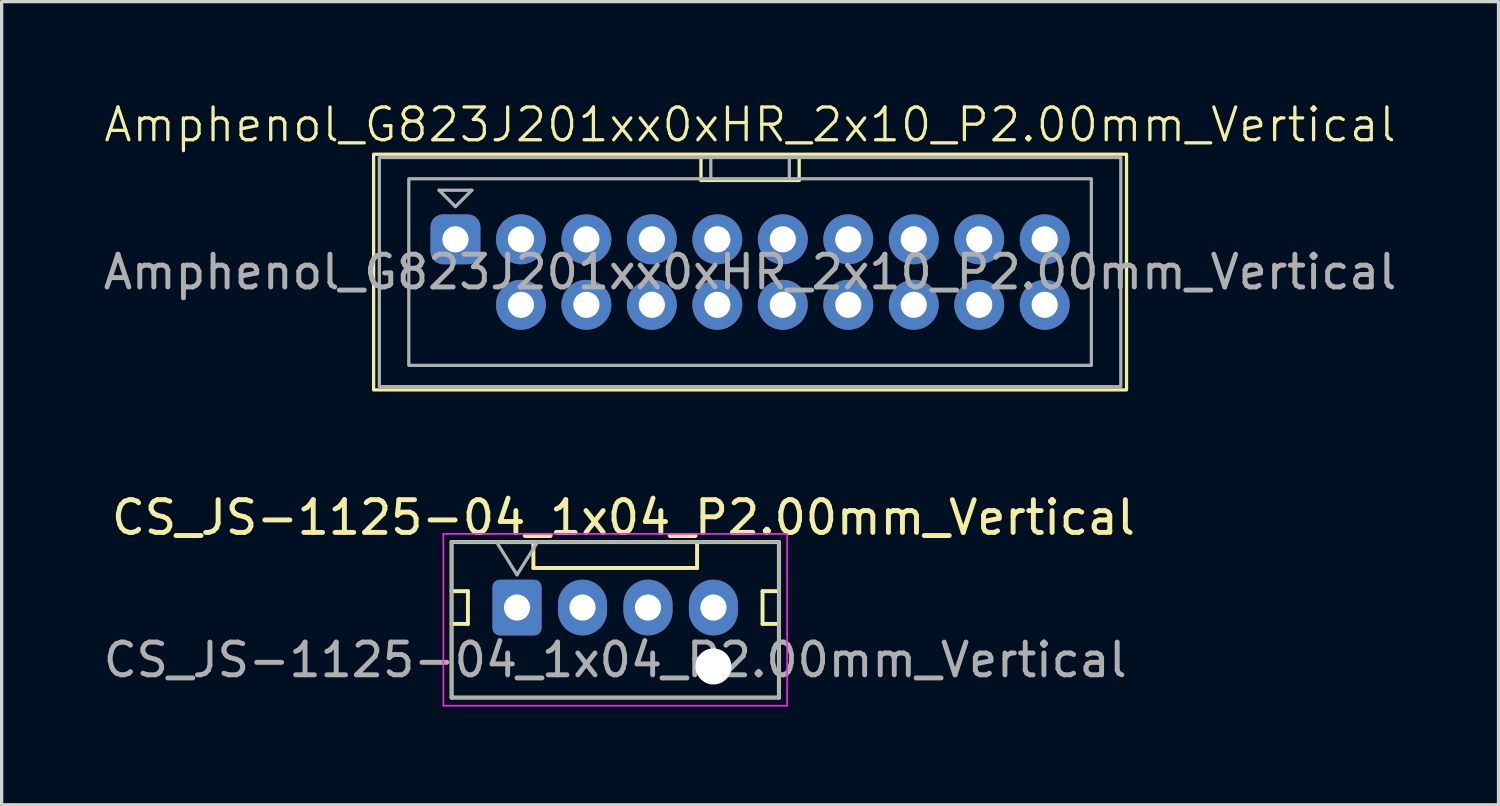
<source format=kicad_pcb>
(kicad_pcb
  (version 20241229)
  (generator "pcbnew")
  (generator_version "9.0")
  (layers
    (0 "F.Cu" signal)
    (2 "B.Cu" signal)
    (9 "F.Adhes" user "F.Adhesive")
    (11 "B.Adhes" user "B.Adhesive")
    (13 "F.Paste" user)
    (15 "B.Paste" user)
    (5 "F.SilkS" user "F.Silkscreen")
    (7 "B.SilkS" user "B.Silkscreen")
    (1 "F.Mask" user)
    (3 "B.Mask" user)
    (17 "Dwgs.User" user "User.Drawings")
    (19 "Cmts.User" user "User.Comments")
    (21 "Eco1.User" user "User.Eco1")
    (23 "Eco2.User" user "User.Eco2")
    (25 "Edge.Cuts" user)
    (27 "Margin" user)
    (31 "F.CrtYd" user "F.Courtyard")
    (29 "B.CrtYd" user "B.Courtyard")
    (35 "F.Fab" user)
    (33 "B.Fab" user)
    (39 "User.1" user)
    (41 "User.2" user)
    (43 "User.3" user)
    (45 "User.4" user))
  (footprint "Amphenol_G823J201xx0xHR_2x10_P2.00mm_Vertical"
    (layer "F.Cu")
    (at 19.863 5.261)
    (property "Reference" "Amphenol_G823J201xx0xHR_2x10_P2.00mm_Vertical" (at 0 -4.5 0) (unlocked yes) (layer "F.SilkS") (effects (font (size 1 1) (thickness 0.1))))
    (attr through_hole)
    (fp_line (start -1.5 -3.5) (end -1.5 -2.8) (stroke (width 0.1) (type default)) (layer "F.SilkS"))
    (fp_line (start -1.5 -2.8) (end 1.5 -2.8) (stroke (width 0.1) (type default)) (layer "F.SilkS"))
    (fp_line (start 1.5 -2.8) (end 1.5 -3.5) (stroke (width 0.1) (type default)) (layer "F.SilkS"))
    (fp_rect (start -11.5 -3.6) (end 11.5 3.6) (stroke (width 0.1) (type default)) (fill no) (layer "F.SilkS"))
    (fp_line (start -9.5 -2.5) (end -8.5 -2.5) (stroke (width 0.1) (type default)) (layer "F.Fab"))
    (fp_line (start -9 -2) (end -9.5 -2.5) (stroke (width 0.1) (type default)) (layer "F.Fab"))
    (fp_line (start -8.5 -2.5) (end -9 -2) (stroke (width 0.1) (type default)) (layer "F.Fab"))
    (fp_line (start -1.2 -3.5) (end -1.2 -2.85) (stroke (width 0.1) (type default)) (layer "F.Fab"))
    (fp_line (start 1.2 -2.85) (end 1.2 -3.5) (stroke (width 0.1) (type default)) (layer "F.Fab"))
    (fp_rect (start -11.325 -3.5) (end 11.325 3.5) (stroke (width 0.1) (type default)) (fill no) (layer "F.Fab"))
    (fp_rect (start -10.425 -2.85) (end 10.425 2.85) (stroke (width 0.1) (type default)) (fill no) (layer "F.Fab"))
    (fp_text user "${REFERENCE}" (at 0 0 0) (unlocked yes) (layer "F.Fab") (effects (font (size 1 1) (thickness 0.15))))
    (pad "1" thru_hole roundrect (at -9 -1) (size 1.524 1.524) (drill 0.8) (layers "*.Cu" "*.Mask") (roundrect_rratio 0.25))
    (pad "2" thru_hole circle (at -7 -1) (size 1.524 1.524) (drill 0.8) (layers "*.Cu" "*.Mask"))
    (pad "3" thru_hole circle (at -5 -1) (size 1.524 1.524) (drill 0.8) (layers "*.Cu" "*.Mask"))
    (pad "4" thru_hole circle (at -3 -1) (size 1.524 1.524) (drill 0.8) (layers "*.Cu" "*.Mask"))
    (pad "5" thru_hole circle (at -1 -1) (size 1.524 1.524) (drill 0.8) (layers "*.Cu" "*.Mask"))
    (pad "6" thru_hole circle (at 1 -1) (size 1.524 1.524) (drill 0.8) (layers "*.Cu" "*.Mask"))
    (pad "7" thru_hole circle (at 3 -1) (size 1.524 1.524) (drill 0.8) (layers "*.Cu" "*.Mask"))
    (pad "8" thru_hole circle (at 5 -1) (size 1.524 1.524) (drill 0.8) (layers "*.Cu" "*.Mask"))
    (pad "9" thru_hole circle (at 7 -1) (size 1.524 1.524) (drill 0.8) (layers "*.Cu" "*.Mask"))
    (pad "10" thru_hole circle (at 9 -1) (size 1.524 1.524) (drill 0.8) (layers "*.Cu" "*.Mask"))
    (pad "11" thru_hole circle (at 9 1) (size 1.524 1.524) (drill 0.8) (layers "*.Cu" "*.Mask"))
    (pad "12" thru_hole circle (at 7 1) (size 1.524 1.524) (drill 0.8) (layers "*.Cu" "*.Mask"))
    (pad "13" thru_hole circle (at 5 1) (size 1.524 1.524) (drill 0.8) (layers "*.Cu" "*.Mask"))
    (pad "14" thru_hole circle (at 3 1) (size 1.524 1.524) (drill 0.8) (layers "*.Cu" "*.Mask"))
    (pad "15" thru_hole circle (at 1 1) (size 1.524 1.524) (drill 0.8) (layers "*.Cu" "*.Mask"))
    (pad "16" thru_hole circle (at -1 1) (size 1.524 1.524) (drill 0.8) (layers "*.Cu" "*.Mask"))
    (pad "17" thru_hole circle (at -3 1) (size 1.524 1.524) (drill 0.8) (layers "*.Cu" "*.Mask"))
    (pad "18" thru_hole circle (at -5 1) (size 1.524 1.524) (drill 0.8) (layers "*.Cu" "*.Mask"))
    (pad "19" thru_hole circle (at -7 1) (size 1.524 1.524) (drill 0.8) (layers "*.Cu" "*.Mask")))
  (footprint "CS_JS-1125-04_1x04_P2.00mm_Vertical"
    (layer "F.Cu")
    (at 12.744 15.509)
    (property "Reference" "CS_JS-1125-04_1x04_P2.00mm_Vertical" (at 3.25 -2.75 0) (layer "F.SilkS") (effects (font (size 1 1) (thickness 0.15))))
    (attr through_hole)
    (fp_line (start -2 -2) (end -2 2.75) (stroke (width 0.12) (type solid)) (layer "F.SilkS"))
    (fp_line (start -2 -0.5) (end -1.5 -0.5) (stroke (width 0.12) (type solid)) (layer "F.SilkS"))
    (fp_line (start -2 0.5) (end -1.5 0.5) (stroke (width 0.12) (type solid)) (layer "F.SilkS"))
    (fp_line (start -2 2.75) (end 8 2.75) (stroke (width 0.12) (type solid)) (layer "F.SilkS"))
    (fp_line (start -1.5 -0.5) (end -1.5 0.5) (stroke (width 0.12) (type solid)) (layer "F.SilkS"))
    (fp_line (start 0.5 -1.958) (end 0.5 -1.208) (stroke (width 0.12) (type solid)) (layer "F.SilkS"))
    (fp_line (start 0.5 -1.208) (end 5.5 -1.208) (stroke (width 0.12) (type solid)) (layer "F.SilkS"))
    (fp_line (start 5.5 -1.208) (end 5.5 -1.958) (stroke (width 0.12) (type solid)) (layer "F.SilkS"))
    (fp_line (start 7.5 -0.5) (end 7.5 0.5) (stroke (width 0.12) (type solid)) (layer "F.SilkS"))
    (fp_line (start 7.5 0.5) (end 7.95 0.5) (stroke (width 0.12) (type solid)) (layer "F.SilkS"))
    (fp_line (start 8 -2) (end -2 -2) (stroke (width 0.12) (type solid)) (layer "F.SilkS"))
    (fp_line (start 8 -0.5) (end 7.5 -0.5) (stroke (width 0.12) (type solid)) (layer "F.SilkS"))
    (fp_line (start 8 2.75) (end 8 -2) (stroke (width 0.12) (type solid)) (layer "F.SilkS"))
    (fp_line (start -2.25 -2.25) (end -2.25 3) (stroke (width 0.05) (type solid)) (layer "F.CrtYd"))
    (fp_line (start -2.25 3) (end 8.25 3) (stroke (width 0.05) (type solid)) (layer "F.CrtYd"))
    (fp_line (start 8.25 -2.25) (end -2.25 -2.25) (stroke (width 0.05) (type solid)) (layer "F.CrtYd"))
    (fp_line (start 8.25 3) (end 8.25 -2.25) (stroke (width 0.05) (type solid)) (layer "F.CrtYd"))
    (fp_line (start -2 -2) (end -2 2.75) (stroke (width 0.1) (type solid)) (layer "F.Fab"))
    (fp_line (start -2 2.75) (end 8 2.75) (stroke (width 0.1) (type solid)) (layer "F.Fab"))
    (fp_line (start -0.625 -2) (end 0 -1) (stroke (width 0.1) (type solid)) (layer "F.Fab"))
    (fp_line (start 0 -1) (end 0.625 -2) (stroke (width 0.1) (type solid)) (layer "F.Fab"))
    (fp_line (start 8 -2) (end -2 -2) (stroke (width 0.1) (type solid)) (layer "F.Fab"))
    (fp_line (start 8 2.75) (end 8 -2) (stroke (width 0.1) (type solid)) (layer "F.Fab"))
    (fp_text user "${REFERENCE}" (at 3 1.6 0) (layer "F.Fab") (effects (font (size 1 1) (thickness 0.15))))
    (pad "" np_thru_hole circle (at 6 1.8) (size 1.1 1.1) (drill 1.1) (layers "*.Cu" "*.Mask"))
    (pad "1" thru_hole roundrect (at 0 0) (size 1.5 1.7) (drill 0.8) (layers "*.Cu" "*.Mask") (roundrect_rratio 0.147))
    (pad "2" thru_hole oval (at 2 0) (size 1.5 1.7) (drill 0.8) (layers "*.Cu" "*.Mask"))
    (pad "3" thru_hole oval (at 4 0) (size 1.5 1.7) (drill 0.8) (layers "*.Cu" "*.Mask"))
    (pad "4" thru_hole oval (at 6 0) (size 1.5 1.7) (drill 0.8) (layers "*.Cu" "*.Mask")))
  (gr_rect
    (start -3 -3)
    (end 42.726 21.534)
    (stroke (width 0.1) (type default))
    (fill no)
    (layer "Edge.Cuts")))
</source>
